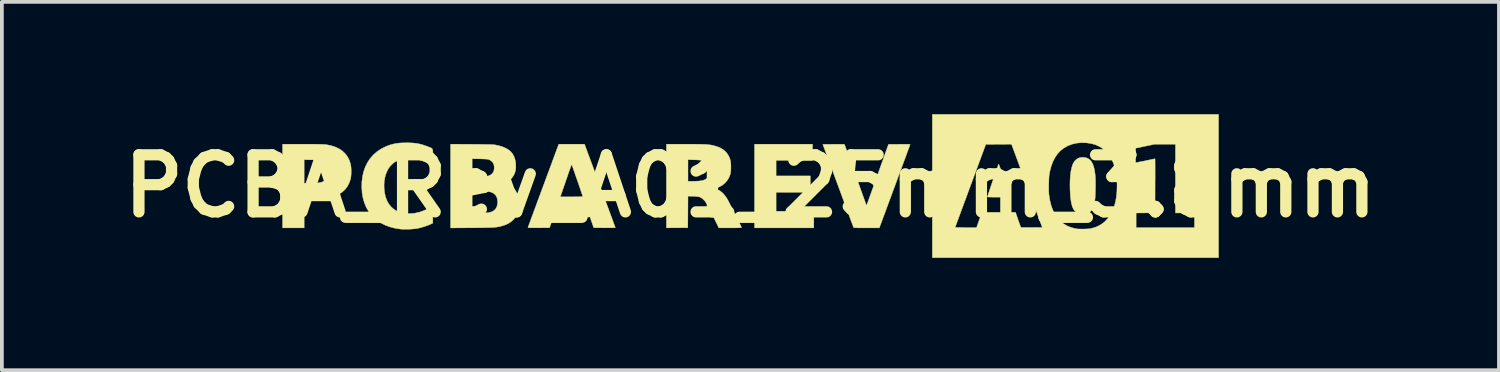
<source format=kicad_pcb>
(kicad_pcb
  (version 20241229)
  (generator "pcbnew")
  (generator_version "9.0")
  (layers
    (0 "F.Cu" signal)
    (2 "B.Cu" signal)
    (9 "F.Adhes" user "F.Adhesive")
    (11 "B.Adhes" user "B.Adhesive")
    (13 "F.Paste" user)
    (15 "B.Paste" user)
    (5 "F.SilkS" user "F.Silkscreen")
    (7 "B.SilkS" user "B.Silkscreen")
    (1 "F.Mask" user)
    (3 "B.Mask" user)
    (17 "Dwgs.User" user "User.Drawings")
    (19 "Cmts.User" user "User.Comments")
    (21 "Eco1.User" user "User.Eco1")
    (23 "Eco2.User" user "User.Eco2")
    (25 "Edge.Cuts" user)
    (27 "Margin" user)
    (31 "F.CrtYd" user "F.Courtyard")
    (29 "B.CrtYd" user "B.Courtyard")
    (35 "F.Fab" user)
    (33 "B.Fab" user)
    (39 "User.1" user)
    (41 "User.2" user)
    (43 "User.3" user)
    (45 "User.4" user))
  (footprint "PCBA_Rev_A01_25mm_3.8mm"
    (layer "F.Cu")
    (at 16.989 1.918)
    (property "Reference" "PCBA_Rev_A01_25mm_3.8mm" (at 0 0 0) (layer "F.SilkS") (effects (font (size 1.524 1.524) (thickness 0.3))))
    (attr through_hole)
    (fp_poly (pts (xy 1.659 -0.686) (xy 0.686 -0.686) (xy 0.686 -0.271) (xy 1.6 -0.271) (xy 1.6 0.169) (xy 0.686 0.169) (xy 0.686 0.677) (xy 1.693 0.677) (xy 1.693 1.117) (xy 0.11 1.117) (xy 0.11 -1.117) (xy 1.659 -1.117) (xy 1.659 -0.686)) (stroke (width 0.01) (type solid)) (fill yes) (layer "F.SilkS"))
    (fp_poly (pts (xy 6.632 -0.582) (xy 6.641 -0.56) (xy 6.653 -0.527) (xy 6.669 -0.482) (xy 6.688 -0.428) (xy 6.709 -0.368) (xy 6.732 -0.301) (xy 6.757 -0.231) (xy 6.782 -0.159) (xy 6.807 -0.087) (xy 6.831 -0.016) (xy 6.854 0.051) (xy 6.875 0.113) (xy 6.894 0.169) (xy 6.909 0.216) (xy 6.921 0.252) (xy 6.929 0.277) (xy 6.932 0.288) (xy 6.932 0.288) (xy 6.924 0.29) (xy 6.901 0.291) (xy 6.866 0.293) (xy 6.821 0.294) (xy 6.769 0.295) (xy 6.711 0.296) (xy 6.65 0.296) (xy 6.588 0.296) (xy 6.528 0.296) (xy 6.471 0.296) (xy 6.421 0.295) (xy 6.38 0.294) (xy 6.349 0.293) (xy 6.332 0.291) (xy 6.328 0.29) (xy 6.331 0.281) (xy 6.338 0.258) (xy 6.349 0.223) (xy 6.364 0.177) (xy 6.383 0.122) (xy 6.403 0.06) (xy 6.426 -0.007) (xy 6.45 -0.078) (xy 6.475 -0.15) (xy 6.5 -0.223) (xy 6.524 -0.294) (xy 6.548 -0.361) (xy 6.569 -0.423) (xy 6.588 -0.477) (xy 6.604 -0.523) (xy 6.617 -0.558) (xy 6.626 -0.581) (xy 6.629 -0.589) (xy 6.632 -0.582)) (stroke (width 0.01) (type solid)) (fill yes) (layer "F.SilkS"))
    (fp_poly (pts (xy 8.908 -0.766) (xy 8.97 -0.754) (xy 9.023 -0.731) (xy 9.07 -0.696) (xy 9.109 -0.649) (xy 9.141 -0.588) (xy 9.168 -0.514) (xy 9.189 -0.425) (xy 9.204 -0.321) (xy 9.209 -0.273) (xy 9.212 -0.232) (xy 9.214 -0.178) (xy 9.215 -0.115) (xy 9.216 -0.046) (xy 9.215 0.027) (xy 9.214 0.101) (xy 9.212 0.171) (xy 9.21 0.237) (xy 9.207 0.293) (xy 9.203 0.338) (xy 9.2 0.363) (xy 9.182 0.459) (xy 9.159 0.539) (xy 9.132 0.606) (xy 9.099 0.66) (xy 9.059 0.701) (xy 9.013 0.733) (xy 9.01 0.734) (xy 8.986 0.746) (xy 8.961 0.753) (xy 8.931 0.757) (xy 8.891 0.759) (xy 8.887 0.759) (xy 8.836 0.759) (xy 8.797 0.755) (xy 8.771 0.748) (xy 8.735 0.729) (xy 8.696 0.699) (xy 8.66 0.663) (xy 8.631 0.625) (xy 8.621 0.607) (xy 8.597 0.55) (xy 8.577 0.483) (xy 8.562 0.406) (xy 8.549 0.317) (xy 8.541 0.214) (xy 8.535 0.096) (xy 8.535 0.09) (xy 8.533 -0.045) (xy 8.536 -0.171) (xy 8.545 -0.287) (xy 8.558 -0.391) (xy 8.577 -0.483) (xy 8.6 -0.56) (xy 8.621 -0.61) (xy 8.659 -0.669) (xy 8.708 -0.715) (xy 8.765 -0.748) (xy 8.83 -0.765) (xy 8.9 -0.767) (xy 8.908 -0.766)) (stroke (width 0.01) (type solid)) (fill yes) (layer "F.SilkS"))
    (fp_poly (pts (xy -11.835 -1.117) (xy -11.736 -1.117) (xy -11.651 -1.117) (xy -11.579 -1.116) (xy -11.518 -1.115) (xy -11.467 -1.114) (xy -11.425 -1.113) (xy -11.391 -1.111) (xy -11.362 -1.109) (xy -11.338 -1.107) (xy -11.319 -1.104) (xy -11.195 -1.079) (xy -11.084 -1.043) (xy -10.985 -0.996) (xy -10.898 -0.938) (xy -10.824 -0.869) (xy -10.763 -0.79) (xy -10.715 -0.7) (xy -10.681 -0.601) (xy -10.676 -0.58) (xy -10.667 -0.526) (xy -10.662 -0.462) (xy -10.66 -0.392) (xy -10.662 -0.321) (xy -10.667 -0.255) (xy -10.676 -0.199) (xy -10.68 -0.182) (xy -10.715 -0.081) (xy -10.762 0.009) (xy -10.822 0.088) (xy -10.895 0.157) (xy -10.981 0.215) (xy -11.081 0.262) (xy -11.193 0.3) (xy -11.257 0.315) (xy -11.281 0.32) (xy -11.307 0.324) (xy -11.335 0.327) (xy -11.369 0.329) (xy -11.411 0.331) (xy -11.462 0.333) (xy -11.524 0.334) (xy -11.601 0.336) (xy -11.627 0.336) (xy -11.917 0.34) (xy -11.917 1.117) (xy -12.493 1.117) (xy -12.493 -0.076) (xy -11.917 -0.076) (xy -11.762 -0.076) (xy -11.707 -0.077) (xy -11.651 -0.078) (xy -11.6 -0.08) (xy -11.558 -0.083) (xy -11.536 -0.085) (xy -11.458 -0.101) (xy -11.392 -0.128) (xy -11.339 -0.166) (xy -11.299 -0.215) (xy -11.271 -0.275) (xy -11.257 -0.334) (xy -11.252 -0.407) (xy -11.261 -0.476) (xy -11.283 -0.538) (xy -11.317 -0.591) (xy -11.362 -0.634) (xy -11.374 -0.642) (xy -11.4 -0.658) (xy -11.426 -0.67) (xy -11.453 -0.68) (xy -11.484 -0.687) (xy -11.522 -0.692) (xy -11.569 -0.696) (xy -11.627 -0.698) (xy -11.7 -0.7) (xy -11.712 -0.7) (xy -11.917 -0.704) (xy -11.917 -0.076) (xy -12.493 -0.076) (xy -12.493 -1.117) (xy -11.95 -1.117) (xy -11.835 -1.117)) (stroke (width 0.01) (type solid)) (fill yes) (layer "F.SilkS"))
    (fp_poly (pts (xy 2.451 -1.116) (xy 2.485 -1.116) (xy 2.505 -1.115) (xy 2.511 -1.115) (xy 2.514 -1.106) (xy 2.522 -1.083) (xy 2.536 -1.047) (xy 2.554 -0.997) (xy 2.576 -0.936) (xy 2.602 -0.864) (xy 2.631 -0.782) (xy 2.664 -0.693) (xy 2.699 -0.595) (xy 2.736 -0.492) (xy 2.775 -0.383) (xy 2.802 -0.308) (xy 2.842 -0.196) (xy 2.88 -0.089) (xy 2.917 0.013) (xy 2.951 0.109) (xy 2.983 0.197) (xy 3.011 0.276) (xy 3.036 0.346) (xy 3.057 0.404) (xy 3.074 0.451) (xy 3.086 0.484) (xy 3.093 0.503) (xy 3.095 0.508) (xy 3.1 0.515) (xy 3.106 0.507) (xy 3.107 0.504) (xy 3.111 0.493) (xy 3.12 0.468) (xy 3.134 0.43) (xy 3.153 0.378) (xy 3.176 0.315) (xy 3.202 0.242) (xy 3.232 0.159) (xy 3.265 0.068) (xy 3.3 -0.031) (xy 3.337 -0.135) (xy 3.376 -0.244) (xy 3.401 -0.313) (xy 3.687 -1.113) (xy 3.977 -1.115) (xy 4.045 -1.116) (xy 4.107 -1.116) (xy 4.162 -1.115) (xy 4.207 -1.115) (xy 4.24 -1.114) (xy 4.261 -1.113) (xy 4.266 -1.112) (xy 4.263 -1.104) (xy 4.254 -1.081) (xy 4.241 -1.043) (xy 4.222 -0.993) (xy 4.199 -0.93) (xy 4.172 -0.856) (xy 4.141 -0.771) (xy 4.106 -0.677) (xy 4.068 -0.575) (xy 4.028 -0.465) (xy 3.985 -0.348) (xy 3.939 -0.225) (xy 3.892 -0.097) (xy 3.863 -0.018) (xy 3.814 0.112) (xy 3.768 0.239) (xy 3.723 0.36) (xy 3.68 0.475) (xy 3.64 0.584) (xy 3.603 0.684) (xy 3.569 0.776) (xy 3.538 0.858) (xy 3.512 0.93) (xy 3.49 0.989) (xy 3.472 1.037) (xy 3.46 1.07) (xy 3.453 1.09) (xy 3.451 1.094) (xy 3.443 1.117) (xy 3.101 1.117) (xy 3.016 1.117) (xy 2.946 1.117) (xy 2.889 1.117) (xy 2.846 1.116) (xy 2.812 1.115) (xy 2.788 1.114) (xy 2.772 1.112) (xy 2.762 1.11) (xy 2.756 1.107) (xy 2.753 1.103) (xy 2.753 1.102) (xy 2.749 1.093) (xy 2.74 1.068) (xy 2.726 1.03) (xy 2.707 0.978) (xy 2.683 0.914) (xy 2.655 0.839) (xy 2.624 0.753) (xy 2.588 0.659) (xy 2.55 0.555) (xy 2.509 0.444) (xy 2.465 0.326) (xy 2.42 0.203) (xy 2.372 0.074) (xy 2.34 -0.013) (xy 1.933 -1.113) (xy 2.22 -1.115) (xy 2.288 -1.116) (xy 2.351 -1.116) (xy 2.406 -1.116) (xy 2.451 -1.116)) (stroke (width 0.01) (type solid)) (fill yes) (layer "F.SilkS"))
    (fp_poly (pts (xy -4.02 -0.011) (xy -3.972 0.121) (xy -3.925 0.248) (xy -3.88 0.37) (xy -3.837 0.486) (xy -3.797 0.594) (xy -3.76 0.695) (xy -3.726 0.787) (xy -3.695 0.869) (xy -3.669 0.941) (xy -3.647 1.001) (xy -3.629 1.048) (xy -3.617 1.082) (xy -3.609 1.102) (xy -3.608 1.107) (xy -3.61 1.11) (xy -3.619 1.112) (xy -3.637 1.114) (xy -3.666 1.115) (xy -3.706 1.116) (xy -3.759 1.116) (xy -3.827 1.116) (xy -3.894 1.115) (xy -4.185 1.113) (xy -4.254 0.914) (xy -4.322 0.715) (xy -5.224 0.715) (xy -5.294 0.914) (xy -5.364 1.113) (xy -5.654 1.115) (xy -5.731 1.116) (xy -5.794 1.116) (xy -5.843 1.116) (xy -5.879 1.116) (xy -5.906 1.115) (xy -5.923 1.113) (xy -5.934 1.111) (xy -5.939 1.108) (xy -5.94 1.105) (xy -5.939 1.103) (xy -5.936 1.093) (xy -5.927 1.068) (xy -5.913 1.03) (xy -5.894 0.978) (xy -5.87 0.914) (xy -5.843 0.839) (xy -5.811 0.754) (xy -5.776 0.659) (xy -5.738 0.556) (xy -5.697 0.445) (xy -5.654 0.328) (xy -5.639 0.288) (xy -5.078 0.288) (xy -4.777 0.288) (xy -4.708 0.288) (xy -4.644 0.287) (xy -4.588 0.286) (xy -4.542 0.285) (xy -4.506 0.284) (xy -4.484 0.283) (xy -4.477 0.281) (xy -4.48 0.271) (xy -4.487 0.247) (xy -4.499 0.211) (xy -4.515 0.165) (xy -4.533 0.11) (xy -4.554 0.048) (xy -4.577 -0.019) (xy -4.601 -0.089) (xy -4.626 -0.161) (xy -4.651 -0.232) (xy -4.675 -0.301) (xy -4.698 -0.367) (xy -4.718 -0.426) (xy -4.737 -0.478) (xy -4.752 -0.521) (xy -4.764 -0.552) (xy -4.771 -0.571) (xy -4.773 -0.576) (xy -4.777 -0.568) (xy -4.786 -0.546) (xy -4.799 -0.511) (xy -4.815 -0.466) (xy -4.835 -0.412) (xy -4.857 -0.35) (xy -4.88 -0.283) (xy -4.883 -0.273) (xy -4.909 -0.198) (xy -4.935 -0.123) (xy -4.96 -0.049) (xy -4.984 0.019) (xy -5.005 0.079) (xy -5.022 0.129) (xy -5.032 0.159) (xy -5.078 0.288) (xy -5.639 0.288) (xy -5.608 0.205) (xy -5.561 0.077) (xy -5.535 0.008) (xy -5.487 -0.122) (xy -5.441 -0.247) (xy -5.396 -0.368) (xy -5.353 -0.483) (xy -5.313 -0.591) (xy -5.277 -0.691) (xy -5.243 -0.782) (xy -5.213 -0.863) (xy -5.187 -0.934) (xy -5.165 -0.993) (xy -5.148 -1.039) (xy -5.135 -1.072) (xy -5.129 -1.09) (xy -5.127 -1.094) (xy -5.119 -1.117) (xy -4.43 -1.117) (xy -4.02 -0.011)) (stroke (width 0.01) (type solid)) (fill yes) (layer "F.SilkS"))
    (fp_poly (pts (xy -1.616 -1.117) (xy -1.513 -1.117) (xy -1.424 -1.116) (xy -1.348 -1.115) (xy -1.282 -1.114) (xy -1.226 -1.112) (xy -1.177 -1.109) (xy -1.135 -1.106) (xy -1.098 -1.102) (xy -1.064 -1.097) (xy -1.032 -1.092) (xy -1.001 -1.085) (xy -0.986 -1.082) (xy -0.882 -1.051) (xy -0.791 -1.012) (xy -0.714 -0.963) (xy -0.65 -0.904) (xy -0.598 -0.835) (xy -0.558 -0.755) (xy -0.535 -0.686) (xy -0.528 -0.644) (xy -0.523 -0.591) (xy -0.52 -0.531) (xy -0.521 -0.469) (xy -0.524 -0.409) (xy -0.529 -0.357) (xy -0.536 -0.322) (xy -0.569 -0.233) (xy -0.617 -0.153) (xy -0.677 -0.083) (xy -0.749 -0.023) (xy -0.821 0.018) (xy -0.856 0.035) (xy -0.887 0.05) (xy -0.91 0.06) (xy -0.918 0.063) (xy -0.925 0.067) (xy -0.92 0.073) (xy -0.901 0.082) (xy -0.888 0.088) (xy -0.82 0.123) (xy -0.755 0.173) (xy -0.694 0.237) (xy -0.635 0.318) (xy -0.634 0.318) (xy -0.624 0.336) (xy -0.608 0.366) (xy -0.586 0.406) (xy -0.56 0.456) (xy -0.531 0.513) (xy -0.499 0.575) (xy -0.466 0.64) (xy -0.432 0.708) (xy -0.398 0.775) (xy -0.365 0.841) (xy -0.334 0.904) (xy -0.306 0.961) (xy -0.281 1.012) (xy -0.261 1.054) (xy -0.247 1.085) (xy -0.239 1.105) (xy -0.237 1.11) (xy -0.245 1.112) (xy -0.268 1.113) (xy -0.305 1.115) (xy -0.353 1.116) (xy -0.411 1.117) (xy -0.477 1.117) (xy -0.54 1.117) (xy -0.844 1.117) (xy -0.986 0.827) (xy -1.029 0.739) (xy -1.066 0.665) (xy -1.097 0.602) (xy -1.124 0.551) (xy -1.147 0.509) (xy -1.166 0.475) (xy -1.183 0.447) (xy -1.199 0.424) (xy -1.214 0.404) (xy -1.23 0.386) (xy -1.246 0.369) (xy -1.248 0.367) (xy -1.28 0.337) (xy -1.311 0.315) (xy -1.343 0.298) (xy -1.38 0.286) (xy -1.426 0.279) (xy -1.483 0.275) (xy -1.534 0.273) (xy -1.667 0.269) (xy -1.669 0.691) (xy -1.672 1.113) (xy -1.957 1.115) (xy -2.243 1.117) (xy -2.243 -0.127) (xy -1.667 -0.127) (xy -1.551 -0.127) (xy -1.499 -0.128) (xy -1.444 -0.13) (xy -1.393 -0.132) (xy -1.354 -0.136) (xy -1.279 -0.148) (xy -1.219 -0.168) (xy -1.172 -0.197) (xy -1.137 -0.237) (xy -1.114 -0.288) (xy -1.101 -0.351) (xy -1.097 -0.419) (xy -1.097 -0.463) (xy -1.099 -0.495) (xy -1.103 -0.52) (xy -1.11 -0.541) (xy -1.116 -0.554) (xy -1.135 -0.592) (xy -1.157 -0.622) (xy -1.184 -0.646) (xy -1.218 -0.665) (xy -1.26 -0.679) (xy -1.313 -0.688) (xy -1.378 -0.695) (xy -1.457 -0.699) (xy -1.492 -0.7) (xy -1.667 -0.705) (xy -1.667 -0.127) (xy -2.243 -0.127) (xy -2.243 -1.117) (xy -1.735 -1.117) (xy -1.616 -1.117)) (stroke (width 0.01) (type solid)) (fill yes) (layer "F.SilkS"))
    (fp_poly (pts (xy -9.076 -1.153) (xy -8.986 -1.147) (xy -8.904 -1.137) (xy -8.826 -1.122) (xy -8.747 -1.1) (xy -8.664 -1.072) (xy -8.603 -1.049) (xy -8.568 -1.035) (xy -8.54 -1.024) (xy -8.518 -1.014) (xy -8.503 -1.002) (xy -8.492 -0.987) (xy -8.485 -0.966) (xy -8.482 -0.938) (xy -8.48 -0.899) (xy -8.48 -0.849) (xy -8.481 -0.785) (xy -8.481 -0.762) (xy -8.481 -0.701) (xy -8.481 -0.647) (xy -8.482 -0.601) (xy -8.483 -0.565) (xy -8.484 -0.542) (xy -8.485 -0.533) (xy -8.485 -0.533) (xy -8.494 -0.537) (xy -8.512 -0.548) (xy -8.534 -0.562) (xy -8.654 -0.629) (xy -8.776 -0.68) (xy -8.902 -0.715) (xy -9.033 -0.734) (xy -9.12 -0.737) (xy -9.198 -0.735) (xy -9.263 -0.728) (xy -9.323 -0.715) (xy -9.382 -0.695) (xy -9.437 -0.671) (xy -9.478 -0.651) (xy -9.51 -0.631) (xy -9.54 -0.608) (xy -9.572 -0.577) (xy -9.587 -0.563) (xy -9.621 -0.527) (xy -9.647 -0.496) (xy -9.668 -0.463) (xy -9.689 -0.424) (xy -9.698 -0.405) (xy -9.735 -0.317) (xy -9.761 -0.227) (xy -9.777 -0.132) (xy -9.783 -0.028) (xy -9.781 0.055) (xy -9.769 0.174) (xy -9.745 0.284) (xy -9.709 0.383) (xy -9.661 0.471) (xy -9.601 0.548) (xy -9.531 0.612) (xy -9.451 0.664) (xy -9.36 0.703) (xy -9.319 0.715) (xy -9.269 0.725) (xy -9.208 0.731) (xy -9.141 0.734) (xy -9.072 0.734) (xy -9.007 0.73) (xy -8.962 0.725) (xy -8.83 0.695) (xy -8.703 0.649) (xy -8.581 0.588) (xy -8.555 0.573) (xy -8.526 0.555) (xy -8.503 0.542) (xy -8.488 0.534) (xy -8.486 0.533) (xy -8.484 0.541) (xy -8.483 0.564) (xy -8.482 0.6) (xy -8.481 0.645) (xy -8.481 0.699) (xy -8.481 0.76) (xy -8.481 0.991) (xy -8.545 1.021) (xy -8.619 1.052) (xy -8.703 1.081) (xy -8.789 1.107) (xy -8.871 1.127) (xy -8.906 1.134) (xy -8.977 1.143) (xy -9.058 1.15) (xy -9.143 1.155) (xy -9.226 1.155) (xy -9.301 1.153) (xy -9.327 1.151) (xy -9.474 1.131) (xy -9.613 1.096) (xy -9.744 1.049) (xy -9.865 0.989) (xy -9.92 0.955) (xy -9.954 0.929) (xy -9.996 0.894) (xy -10.042 0.851) (xy -10.087 0.806) (xy -10.129 0.761) (xy -10.165 0.72) (xy -10.189 0.688) (xy -10.256 0.574) (xy -10.308 0.45) (xy -10.346 0.318) (xy -10.37 0.177) (xy -10.379 0.028) (xy -10.376 -0.111) (xy -10.359 -0.254) (xy -10.328 -0.388) (xy -10.283 -0.514) (xy -10.225 -0.63) (xy -10.154 -0.737) (xy -10.07 -0.833) (xy -9.974 -0.917) (xy -9.866 -0.99) (xy -9.747 -1.051) (xy -9.638 -1.093) (xy -9.568 -1.114) (xy -9.501 -1.13) (xy -9.434 -1.141) (xy -9.361 -1.149) (xy -9.28 -1.153) (xy -9.186 -1.155) (xy -9.179 -1.155) (xy -9.076 -1.153)) (stroke (width 0.01) (type solid)) (fill yes) (layer "F.SilkS"))
    (fp_poly (pts (xy -7.442 -1.115) (xy -7.327 -1.114) (xy -7.228 -1.113) (xy -7.143 -1.112) (xy -7.071 -1.111) (xy -7.01 -1.11) (xy -6.96 -1.109) (xy -6.919 -1.108) (xy -6.885 -1.106) (xy -6.858 -1.104) (xy -6.836 -1.102) (xy -6.818 -1.099) (xy -6.805 -1.097) (xy -6.694 -1.071) (xy -6.598 -1.04) (xy -6.516 -1.003) (xy -6.447 -0.96) (xy -6.391 -0.909) (xy -6.345 -0.85) (xy -6.31 -0.782) (xy -6.292 -0.733) (xy -6.276 -0.666) (xy -6.267 -0.589) (xy -6.264 -0.511) (xy -6.269 -0.439) (xy -6.271 -0.424) (xy -6.293 -0.347) (xy -6.328 -0.274) (xy -6.376 -0.208) (xy -6.433 -0.152) (xy -6.499 -0.109) (xy -6.503 -0.107) (xy -6.551 -0.082) (xy -6.487 -0.055) (xy -6.405 -0.011) (xy -6.336 0.044) (xy -6.279 0.111) (xy -6.233 0.19) (xy -6.21 0.242) (xy -6.194 0.29) (xy -6.183 0.339) (xy -6.178 0.394) (xy -6.176 0.459) (xy -6.176 0.478) (xy -6.179 0.571) (xy -6.191 0.651) (xy -6.211 0.721) (xy -6.241 0.784) (xy -6.283 0.844) (xy -6.335 0.902) (xy -6.396 0.955) (xy -6.462 0.998) (xy -6.537 1.034) (xy -6.62 1.061) (xy -6.653 1.071) (xy -6.683 1.079) (xy -6.713 1.085) (xy -6.743 1.091) (xy -6.776 1.096) (xy -6.812 1.1) (xy -6.853 1.104) (xy -6.9 1.106) (xy -6.955 1.109) (xy -7.02 1.11) (xy -7.095 1.112) (xy -7.183 1.113) (xy -7.284 1.114) (xy -7.4 1.115) (xy -7.438 1.115) (xy -8.007 1.119) (xy -8.007 0.719) (xy -7.431 0.719) (xy -7.23 0.719) (xy -7.151 0.719) (xy -7.087 0.717) (xy -7.037 0.715) (xy -6.998 0.711) (xy -6.971 0.707) (xy -6.902 0.685) (xy -6.846 0.653) (xy -6.803 0.609) (xy -6.773 0.555) (xy -6.756 0.49) (xy -6.751 0.427) (xy -6.757 0.354) (xy -6.776 0.291) (xy -6.808 0.24) (xy -6.853 0.199) (xy -6.897 0.175) (xy -6.927 0.163) (xy -6.96 0.154) (xy -6.998 0.147) (xy -7.044 0.142) (xy -7.099 0.138) (xy -7.167 0.136) (xy -7.25 0.136) (xy -7.251 0.136) (xy -7.431 0.135) (xy -7.431 0.719) (xy -8.007 0.719) (xy -8.007 -0.252) (xy -7.431 -0.252) (xy -7.23 -0.256) (xy -7.163 -0.257) (xy -7.11 -0.259) (xy -7.069 -0.261) (xy -7.038 -0.264) (xy -7.014 -0.267) (xy -6.995 -0.272) (xy -6.985 -0.275) (xy -6.93 -0.302) (xy -6.888 -0.34) (xy -6.863 -0.379) (xy -6.848 -0.424) (xy -6.842 -0.478) (xy -6.844 -0.533) (xy -6.855 -0.584) (xy -6.865 -0.605) (xy -6.893 -0.645) (xy -6.934 -0.68) (xy -6.981 -0.706) (xy -6.998 -0.712) (xy -7.017 -0.715) (xy -7.051 -0.719) (xy -7.097 -0.721) (xy -7.154 -0.724) (xy -7.219 -0.725) (xy -7.23 -0.726) (xy -7.431 -0.729) (xy -7.431 -0.252) (xy -8.007 -0.252) (xy -8.007 -1.118) (xy -7.442 -1.115)) (stroke (width 0.01) (type solid)) (fill yes) (layer "F.SilkS"))
    (fp_poly (pts (xy 12.501 1.913) (xy 4.858 1.913) (xy 4.858 1.102) (xy 5.468 1.102) (xy 5.476 1.104) (xy 5.499 1.105) (xy 5.535 1.106) (xy 5.582 1.107) (xy 5.639 1.108) (xy 5.702 1.109) (xy 5.753 1.109) (xy 6.039 1.109) (xy 6.181 0.702) (xy 7.08 0.702) (xy 7.147 0.898) (xy 7.166 0.952) (xy 7.184 1.001) (xy 7.199 1.043) (xy 7.21 1.075) (xy 7.218 1.095) (xy 7.22 1.101) (xy 7.23 1.103) (xy 7.256 1.105) (xy 7.296 1.106) (xy 7.351 1.107) (xy 7.418 1.107) (xy 7.497 1.107) (xy 7.51 1.107) (xy 7.794 1.105) (xy 7.661 0.745) (xy 7.637 0.682) (xy 7.609 0.605) (xy 7.576 0.515) (xy 7.539 0.416) (xy 7.499 0.308) (xy 7.457 0.195) (xy 7.413 0.076) (xy 7.4 0.042) (xy 7.965 0.042) (xy 7.966 0.11) (xy 7.968 0.171) (xy 7.971 0.22) (xy 7.972 0.229) (xy 7.996 0.379) (xy 8.029 0.515) (xy 8.074 0.639) (xy 8.129 0.749) (xy 8.194 0.847) (xy 8.27 0.931) (xy 8.357 1.003) (xy 8.453 1.061) (xy 8.56 1.105) (xy 8.677 1.136) (xy 8.688 1.138) (xy 8.727 1.144) (xy 8.774 1.147) (xy 8.831 1.148) (xy 8.902 1.148) (xy 8.904 1.148) (xy 8.963 1.146) (xy 9.009 1.144) (xy 9.047 1.141) (xy 9.08 1.136) (xy 9.112 1.129) (xy 9.133 1.123) (xy 9.176 1.111) (xy 9.221 1.096) (xy 9.26 1.081) (xy 9.27 1.077) (xy 9.368 1.023) (xy 9.457 0.956) (xy 9.535 0.875) (xy 9.604 0.782) (xy 9.662 0.677) (xy 9.709 0.56) (xy 9.746 0.431) (xy 9.772 0.292) (xy 9.787 0.142) (xy 9.791 -0.018) (xy 9.79 -0.072) (xy 9.78 -0.228) (xy 9.76 -0.37) (xy 9.73 -0.5) (xy 9.691 -0.617) (xy 9.648 -0.709) (xy 10.285 -0.709) (xy 10.285 -0.675) (xy 10.286 -0.651) (xy 10.288 -0.637) (xy 10.291 -0.629) (xy 10.295 -0.626) (xy 10.297 -0.626) (xy 10.308 -0.628) (xy 10.334 -0.633) (xy 10.372 -0.64) (xy 10.421 -0.65) (xy 10.476 -0.661) (xy 10.538 -0.673) (xy 10.556 -0.677) (xy 10.618 -0.69) (xy 10.674 -0.702) (xy 10.723 -0.712) (xy 10.763 -0.72) (xy 10.79 -0.725) (xy 10.804 -0.728) (xy 10.805 -0.728) (xy 10.805 -0.72) (xy 10.806 -0.696) (xy 10.806 -0.657) (xy 10.806 -0.606) (xy 10.807 -0.542) (xy 10.807 -0.467) (xy 10.807 -0.383) (xy 10.807 -0.291) (xy 10.807 -0.191) (xy 10.806 -0.086) (xy 10.806 -0.006) (xy 10.804 0.715) (xy 10.552 0.717) (xy 10.3 0.72) (xy 10.3 1.109) (xy 11.858 1.109) (xy 11.858 0.719) (xy 11.35 0.719) (xy 11.35 -1.117) (xy 10.796 -1.117) (xy 10.542 -1.064) (xy 10.288 -1.011) (xy 10.286 -0.818) (xy 10.285 -0.756) (xy 10.285 -0.709) (xy 9.648 -0.709) (xy 9.641 -0.724) (xy 9.581 -0.82) (xy 9.51 -0.906) (xy 9.487 -0.93) (xy 9.408 -0.999) (xy 9.322 -1.054) (xy 9.228 -1.097) (xy 9.124 -1.129) (xy 9.008 -1.149) (xy 8.974 -1.153) (xy 8.844 -1.158) (xy 8.719 -1.147) (xy 8.599 -1.12) (xy 8.486 -1.079) (xy 8.46 -1.066) (xy 8.363 -1.01) (xy 8.277 -0.941) (xy 8.202 -0.86) (xy 8.136 -0.765) (xy 8.08 -0.657) (xy 8.034 -0.535) (xy 7.998 -0.4) (xy 7.985 -0.334) (xy 7.979 -0.293) (xy 7.974 -0.239) (xy 7.971 -0.175) (xy 7.968 -0.104) (xy 7.966 -0.031) (xy 7.965 0.042) (xy 7.4 0.042) (xy 7.369 -0.044) (xy 7.324 -0.166) (xy 7.279 -0.286) (xy 7.25 -0.366) (xy 6.972 -1.117) (xy 6.629 -1.115) (xy 6.286 -1.113) (xy 5.877 -0.008) (xy 5.828 0.123) (xy 5.782 0.25) (xy 5.737 0.371) (xy 5.694 0.486) (xy 5.654 0.595) (xy 5.617 0.695) (xy 5.583 0.787) (xy 5.553 0.868) (xy 5.527 0.939) (xy 5.505 0.999) (xy 5.488 1.046) (xy 5.476 1.079) (xy 5.469 1.098) (xy 5.468 1.102) (xy 4.858 1.102) (xy 4.858 -1.913) (xy 12.501 -1.913) (xy 12.501 1.913)) (stroke (width 0.01) (type solid)) (fill yes) (layer "F.SilkS")))
  (gr_rect
    (start -3 -3)
    (end 36.978 6.836)
    (stroke (width 0.1) (type default))
    (fill no)
    (layer "Edge.Cuts")))
</source>
